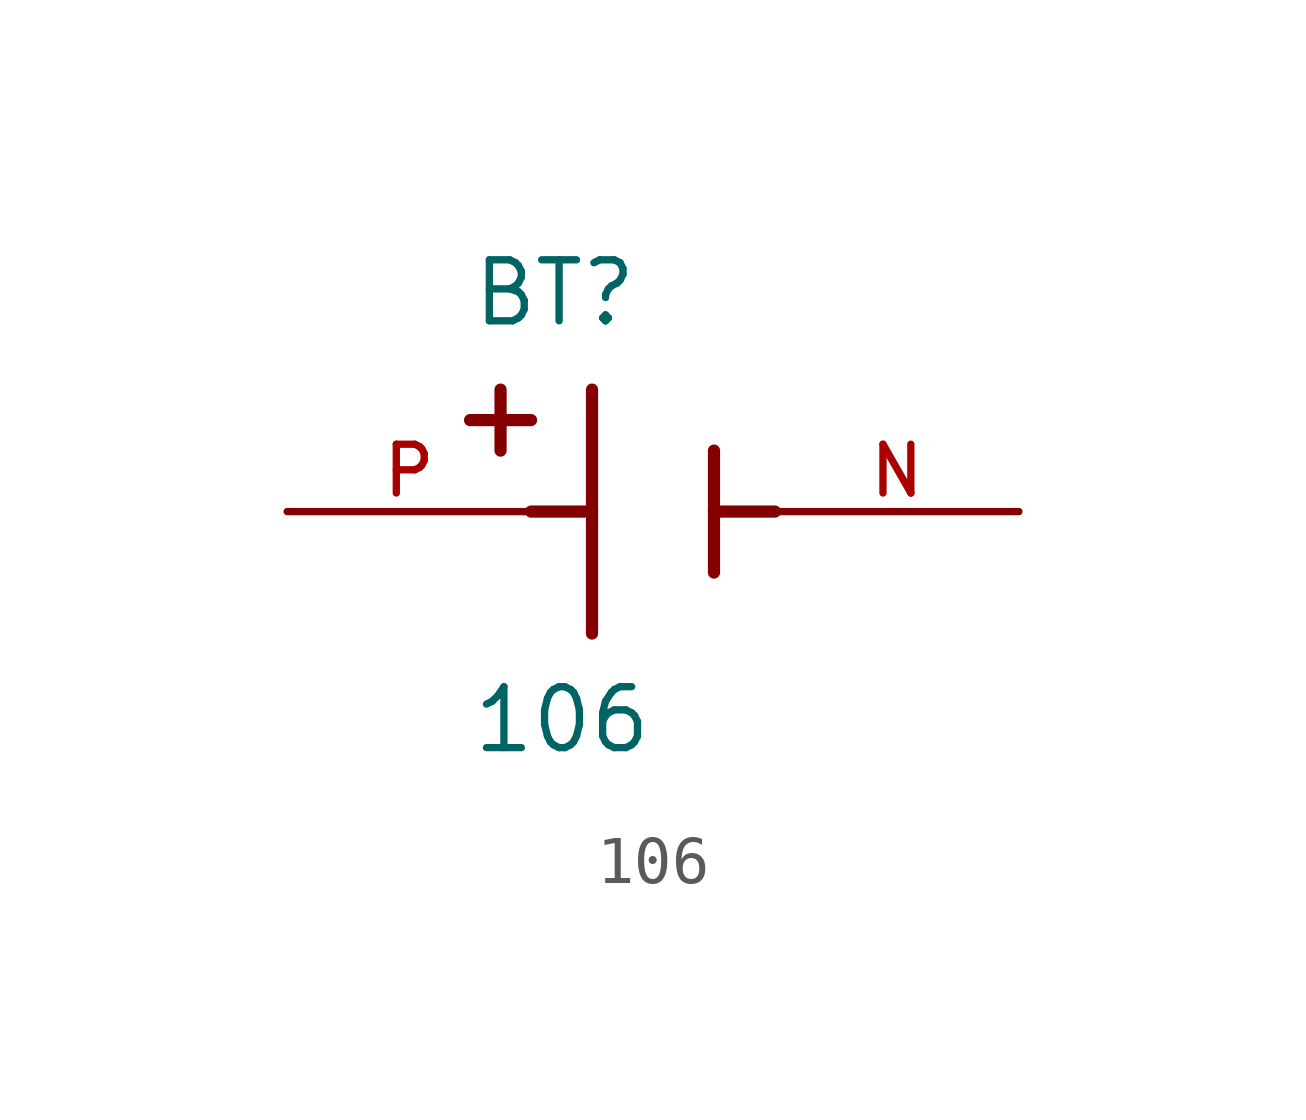
<source format=kicad_sym>
(kicad_symbol_lib
  (version 20211014)
  (generator kicad_symbol_editor)
  (symbol "106"
    (pin_names
      (offset 1.016))
    (property "Reference" "BT"
      (at -3.81 3.81 0)
      (effects (font (size 1.27 1.27)) (justify bottom left)))
    (property "Value" "106"
      (at -3.81 -5.08 0)
      (effects (font (size 1.27 1.27)) (justify bottom left)))
    (symbol "106_0_0"
      (polyline (pts (xy -1.27 2.54) (xy -1.27 0.0)) (stroke (width 0.254)))
      (polyline (pts (xy -1.27 0.0) (xy -1.27 -2.54)) (stroke (width 0.254)))
      (polyline (pts (xy 1.27 1.27) (xy 1.27 0.0)) (stroke (width 0.254)))
      (polyline (pts (xy 1.27 0.0) (xy 1.27 -1.27)) (stroke (width 0.254)))
      (polyline (pts (xy -1.27 0.0) (xy -2.54 0.0)) (stroke (width 0.254)))
      (polyline (pts (xy 1.27 0.0) (xy 2.54 0.0)) (stroke (width 0.254)))
      (polyline (pts (xy -3.175 2.54) (xy -3.175 1.27)) (stroke (width 0.254)))
      (polyline (pts (xy -3.81 1.905) (xy -2.54 1.905)) (stroke (width 0.254)))
      (pin passive line (at -7.62 0.0 0) (length 5.08) (name "~" (effects (font (size 1.016 1.016)))) (number "P" (effects (font (size 1.016 1.016)))))
      (pin passive line (at 7.62 0.0 180.0) (length 5.08) (name "~" (effects (font (size 1.016 1.016)))) (number "N" (effects (font (size 1.016 1.016))))))))
</source>
